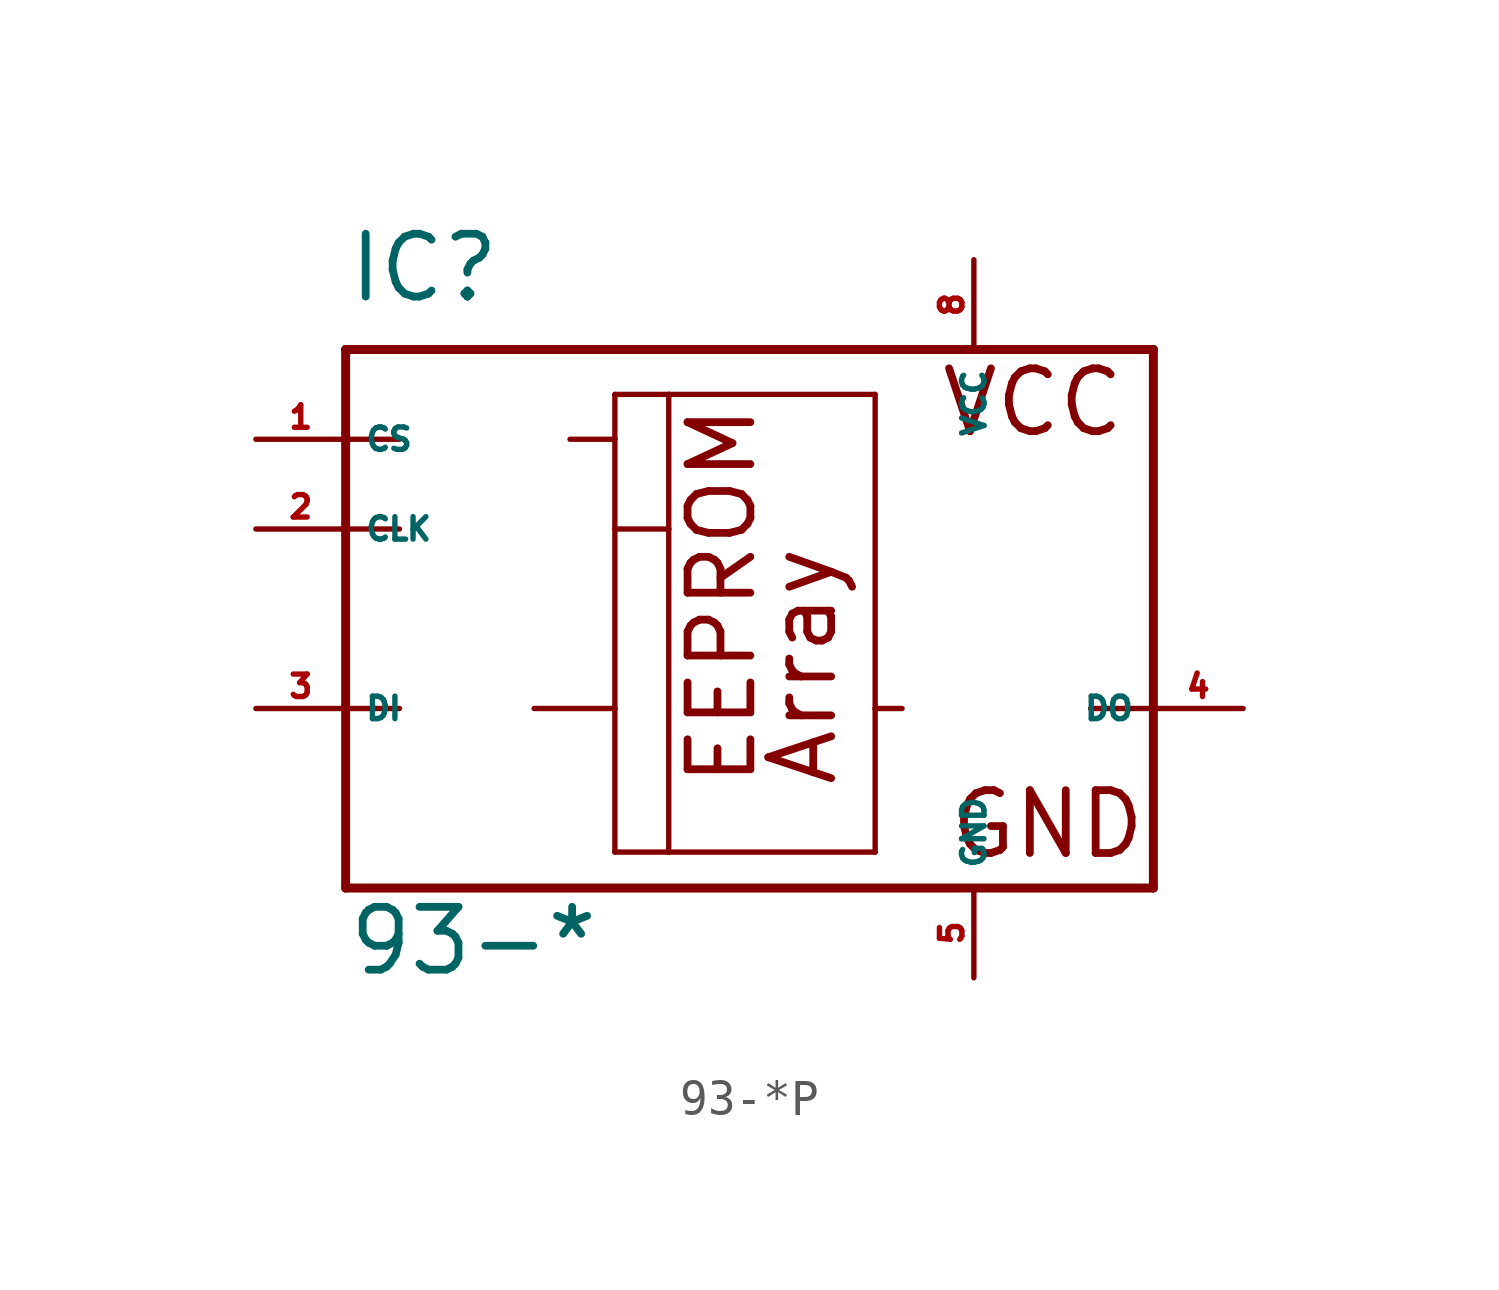
<source format=kicad_sym>
(kicad_symbol_lib
  (version 20220914)
  (generator Eagle2Kicad)
  (symbol "93-*P"
    (property "Reference" "IC"
      (at -10.16 8.89 0)
      (effects (font (size 1.778 1.778) (thickness 0.22)) (justify left bottom)))
    (property "Value" "93-*"
      (at -10.16 -10.16 0)
      (effects (font (size 1.778 1.778) (thickness 0.22)) (justify left bottom)))
    (polyline
      (pts (xy -10.16 7.62) (xy 12.7 7.62))
      (stroke (width 0.254) (type default))
      (fill (type none)))
    (polyline
      (pts (xy 12.7 7.62) (xy 12.7 -2.54))
      (stroke (width 0.254) (type default))
      (fill (type none)))
    (polyline
      (pts (xy 12.7 -2.54) (xy 12.7 -7.62))
      (stroke (width 0.254) (type default))
      (fill (type none)))
    (polyline
      (pts (xy 12.7 -7.62) (xy -10.16 -7.62))
      (stroke (width 0.254) (type default))
      (fill (type none)))
    (polyline
      (pts (xy -10.16 -7.62) (xy -10.16 -2.54))
      (stroke (width 0.254) (type default))
      (fill (type none)))
    (polyline
      (pts (xy -10.16 -2.54) (xy -10.16 2.54))
      (stroke (width 0.254) (type default))
      (fill (type none)))
    (polyline
      (pts (xy -10.16 2.54) (xy -10.16 5.08))
      (stroke (width 0.254) (type default))
      (fill (type none)))
    (polyline
      (pts (xy -10.16 5.08) (xy -10.16 7.62))
      (stroke (width 0.254) (type default))
      (fill (type none)))
    (polyline
      (pts (xy -2.54 6.35) (xy -1.016 6.35))
      (stroke (width 0.152) (type default))
      (fill (type none)))
    (polyline
      (pts (xy -1.016 6.35) (xy 4.826 6.35))
      (stroke (width 0.152) (type default))
      (fill (type none)))
    (polyline
      (pts (xy 4.826 6.35) (xy 4.826 -2.54))
      (stroke (width 0.152) (type default))
      (fill (type none)))
    (polyline
      (pts (xy 4.826 -2.54) (xy 4.826 -6.604))
      (stroke (width 0.152) (type default))
      (fill (type none)))
    (polyline
      (pts (xy 4.826 -6.604) (xy -1.016 -6.604))
      (stroke (width 0.152) (type default))
      (fill (type none)))
    (polyline
      (pts (xy -1.016 -6.604) (xy -2.54 -6.604))
      (stroke (width 0.152) (type default))
      (fill (type none)))
    (polyline
      (pts (xy -2.54 -6.604) (xy -2.54 -2.54))
      (stroke (width 0.152) (type default))
      (fill (type none)))
    (polyline
      (pts (xy -2.54 -2.54) (xy -2.54 2.54))
      (stroke (width 0.152) (type default))
      (fill (type none)))
    (polyline
      (pts (xy -2.54 2.54) (xy -2.54 5.08))
      (stroke (width 0.152) (type default))
      (fill (type none)))
    (polyline
      (pts (xy -2.54 5.08) (xy -2.54 6.35))
      (stroke (width 0.152) (type default))
      (fill (type none)))
    (polyline
      (pts (xy -4.826 -2.54) (xy -2.54 -2.54))
      (stroke (width 0.152) (type default))
      (fill (type none)))
    (polyline
      (pts (xy -10.16 2.54) (xy -8.636 2.54))
      (stroke (width 0.152) (type default))
      (fill (type none)))
    (polyline
      (pts (xy -10.16 -2.54) (xy -8.636 -2.54))
      (stroke (width 0.152) (type default))
      (fill (type none)))
    (polyline
      (pts (xy 12.7 -2.54) (xy 10.922 -2.54))
      (stroke (width 0.152) (type default))
      (fill (type none)))
    (polyline
      (pts (xy 5.588 -2.54) (xy 4.826 -2.54))
      (stroke (width 0.152) (type default))
      (fill (type none)))
    (polyline
      (pts (xy -1.016 6.35) (xy -1.016 2.54))
      (stroke (width 0.152) (type default))
      (fill (type none)))
    (polyline
      (pts (xy -1.016 2.54) (xy -1.016 -6.604))
      (stroke (width 0.152) (type default))
      (fill (type none)))
    (polyline
      (pts (xy -10.16 5.08) (xy -8.636 5.08))
      (stroke (width 0.152) (type default))
      (fill (type none)))
    (polyline
      (pts (xy -3.81 5.08) (xy -2.54 5.08))
      (stroke (width 0.152) (type default))
      (fill (type none)))
    (polyline
      (pts (xy -1.016 2.54) (xy -2.54 2.54))
      (stroke (width 0.152) (type default))
      (fill (type none)))
    (text "Array"
      (at 3.81 -4.826 900)
      (effects (font (size 1.778 1.778) (thickness 0.22)) (justify left bottom)))
    (text "VCC"
      (at 6.604 5.08 0)
      (effects (font (size 1.778 1.778) (thickness 0.22)) (justify left bottom)))
    (text "GND"
      (at 6.858 -6.858 0)
      (effects (font (size 1.778 1.778) (thickness 0.22)) (justify left bottom)))
    (text "EEPROM"
      (at 1.524 -4.826 900)
      (effects (font (size 1.778 1.778) (thickness 0.22)) (justify left bottom)))
    (pin unspecified line
      (at 7.62 10.16 270)
      (length 2.54)
      (name "VCC" (effects (font (size 0.635 0.635) (thickness 0.08)) (justify left bottom)))
      (number "8" (effects (font (size 0.635 0.635) (thickness 0.08)) (justify left bottom))))
    (pin unspecified line
      (at 7.62 -10.16 90)
      (length 2.54)
      (name "GND" (effects (font (size 0.635 0.635) (thickness 0.08)) (justify left bottom)))
      (number "5" (effects (font (size 0.635 0.635) (thickness 0.08)) (justify left bottom))))
    (pin tri_state line
      (at 15.24 -2.54 180)
      (length 2.54)
      (name "DO" (effects (font (size 0.635 0.635) (thickness 0.08)) (justify left bottom)))
      (number "4" (effects (font (size 0.635 0.635) (thickness 0.08)) (justify left bottom))))
    (pin input line
      (at -12.7 -2.54 0)
      (length 2.54)
      (name "DI" (effects (font (size 0.635 0.635) (thickness 0.08)) (justify left bottom)))
      (number "3" (effects (font (size 0.635 0.635) (thickness 0.08)) (justify left bottom))))
    (pin input line
      (at -12.7 2.54 0)
      (length 2.54)
      (name "CLK" (effects (font (size 0.635 0.635) (thickness 0.08)) (justify left bottom)))
      (number "2" (effects (font (size 0.635 0.635) (thickness 0.08)) (justify left bottom))))
    (pin input line
      (at -12.7 5.08 0)
      (length 2.54)
      (name "CS" (effects (font (size 0.635 0.635) (thickness 0.08)) (justify left bottom)))
      (number "1" (effects (font (size 0.635 0.635) (thickness 0.08)) (justify left bottom))))))
</source>
